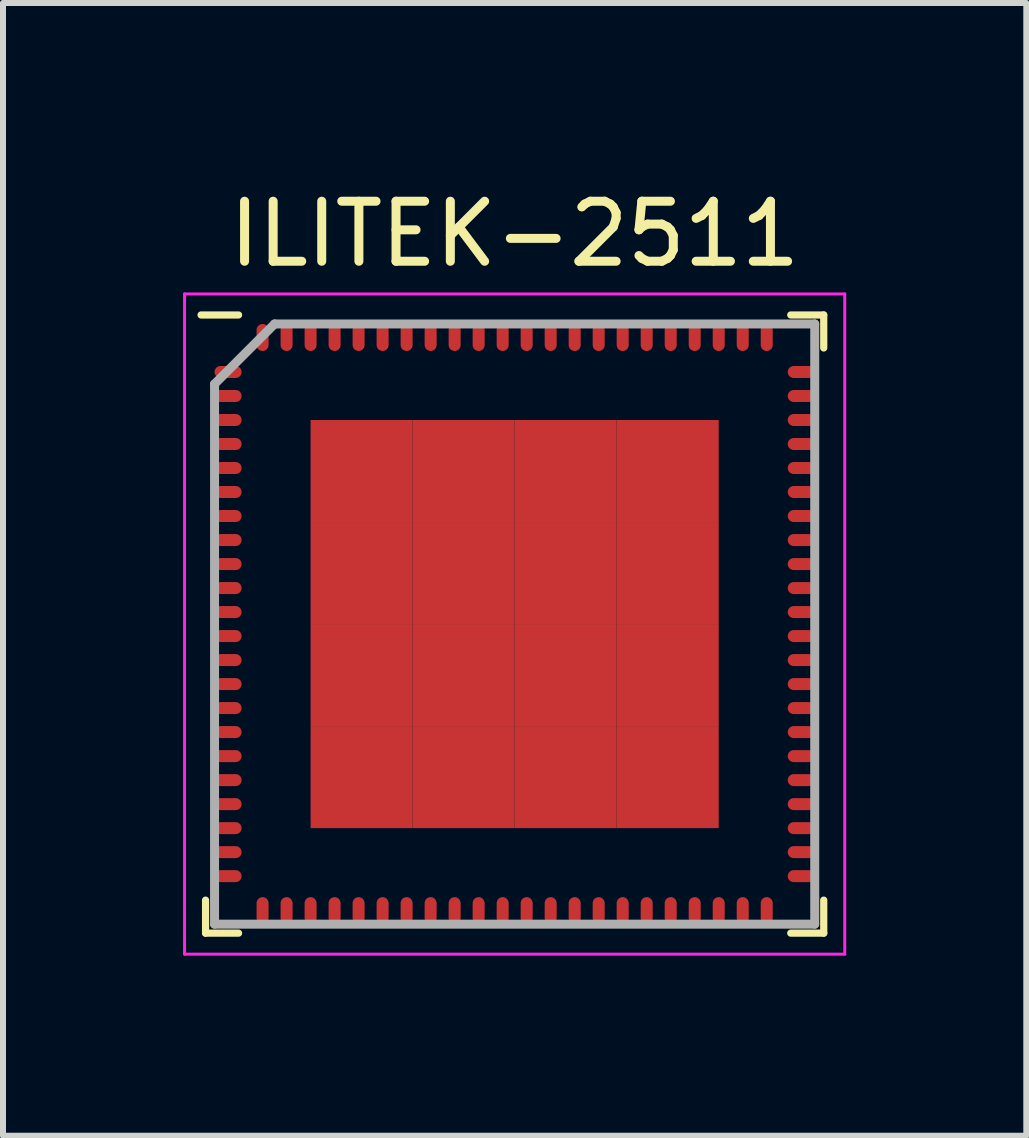
<source format=kicad_pcb>
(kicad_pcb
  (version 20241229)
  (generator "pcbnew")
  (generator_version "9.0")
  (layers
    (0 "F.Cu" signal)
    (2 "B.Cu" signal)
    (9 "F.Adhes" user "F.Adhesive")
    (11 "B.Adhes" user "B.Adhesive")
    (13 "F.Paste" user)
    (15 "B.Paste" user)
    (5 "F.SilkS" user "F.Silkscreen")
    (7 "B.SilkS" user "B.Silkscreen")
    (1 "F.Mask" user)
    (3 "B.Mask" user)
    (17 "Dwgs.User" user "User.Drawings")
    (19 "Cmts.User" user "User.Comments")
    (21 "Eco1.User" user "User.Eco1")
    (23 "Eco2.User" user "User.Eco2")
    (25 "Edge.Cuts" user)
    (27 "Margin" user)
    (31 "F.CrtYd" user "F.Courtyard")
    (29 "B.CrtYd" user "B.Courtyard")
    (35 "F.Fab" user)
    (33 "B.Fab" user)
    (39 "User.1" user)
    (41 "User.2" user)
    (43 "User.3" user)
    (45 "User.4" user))
  (footprint "ILITEK-2511"
    (layer "F.Cu")
    (at 5.525 7.348)
    (property "Reference" "ILITEK-2511" (at 0 -6.5 0) (layer "F.SilkS") (effects (font (size 1 1) (thickness 0.15))))
    (attr smd)
    (fp_line (start -5.15 5.15) (end -5.15 4.6) (stroke (width 0.12) (type solid)) (layer "F.SilkS"))
    (fp_line (start -4.6 -5.15) (end -5.225 -5.15) (stroke (width 0.12) (type solid)) (layer "F.SilkS"))
    (fp_line (start -4.6 5.15) (end -5.15 5.15) (stroke (width 0.12) (type solid)) (layer "F.SilkS"))
    (fp_line (start 4.6 -5.15) (end 5.15 -5.15) (stroke (width 0.12) (type solid)) (layer "F.SilkS"))
    (fp_line (start 4.6 5.15) (end 5.15 5.15) (stroke (width 0.12) (type solid)) (layer "F.SilkS"))
    (fp_line (start 5.15 -5.15) (end 5.15 -4.6) (stroke (width 0.12) (type solid)) (layer "F.SilkS"))
    (fp_line (start 5.15 5.15) (end 5.15 4.6) (stroke (width 0.12) (type solid)) (layer "F.SilkS"))
    (fp_line (start -5.5 -5.5) (end 5.5 -5.5) (stroke (width 0.05) (type solid)) (layer "F.CrtYd"))
    (fp_line (start -5.5 5.5) (end -5.5 -5.5) (stroke (width 0.05) (type solid)) (layer "F.CrtYd"))
    (fp_line (start 5.5 -5.5) (end 5.5 5.5) (stroke (width 0.05) (type solid)) (layer "F.CrtYd"))
    (fp_line (start 5.5 5.5) (end -5.5 5.5) (stroke (width 0.05) (type solid)) (layer "F.CrtYd"))
    (fp_line (start -5 -4) (end -5 5) (stroke (width 0.15) (type solid)) (layer "F.Fab"))
    (fp_line (start -5 5) (end 5 5) (stroke (width 0.15) (type solid)) (layer "F.Fab"))
    (fp_line (start -4 -5) (end -5 -4) (stroke (width 0.15) (type solid)) (layer "F.Fab"))
    (fp_line (start 5 -5) (end -4 -5) (stroke (width 0.15) (type solid)) (layer "F.Fab"))
    (fp_line (start 5 5) (end 5 -5) (stroke (width 0.15) (type solid)) (layer "F.Fab"))
    (pad "1" smd oval (at -4.775 -4.2 90) (size 0.2 0.45) (layers "F.Cu" "F.Mask" "F.Paste"))
    (pad "2" smd oval (at -4.775 -3.8 90) (size 0.2 0.45) (layers "F.Cu" "F.Mask" "F.Paste"))
    (pad "3" smd oval (at -4.775 -3.4 90) (size 0.2 0.45) (layers "F.Cu" "F.Mask" "F.Paste"))
    (pad "4" smd oval (at -4.775 -3 90) (size 0.2 0.45) (layers "F.Cu" "F.Mask" "F.Paste"))
    (pad "5" smd oval (at -4.775 -2.6 90) (size 0.2 0.45) (layers "F.Cu" "F.Mask" "F.Paste"))
    (pad "6" smd oval (at -4.775 -2.2 90) (size 0.2 0.45) (layers "F.Cu" "F.Mask" "F.Paste"))
    (pad "7" smd oval (at -4.775 -1.8 90) (size 0.2 0.45) (layers "F.Cu" "F.Mask" "F.Paste"))
    (pad "8" smd oval (at -4.775 -1.4 90) (size 0.2 0.45) (layers "F.Cu" "F.Mask" "F.Paste"))
    (pad "9" smd oval (at -4.775 -1 90) (size 0.2 0.45) (layers "F.Cu" "F.Mask" "F.Paste"))
    (pad "10" smd oval (at -4.775 -0.6 90) (size 0.2 0.45) (layers "F.Cu" "F.Mask" "F.Paste"))
    (pad "11" smd oval (at -4.775 -0.2 90) (size 0.2 0.45) (layers "F.Cu" "F.Mask" "F.Paste"))
    (pad "12" smd oval (at -4.775 0.2 90) (size 0.2 0.45) (layers "F.Cu" "F.Mask" "F.Paste"))
    (pad "13" smd oval (at -4.775 0.6 90) (size 0.2 0.45) (layers "F.Cu" "F.Mask" "F.Paste"))
    (pad "14" smd oval (at -4.775 1 90) (size 0.2 0.45) (layers "F.Cu" "F.Mask" "F.Paste"))
    (pad "15" smd oval (at -4.775 1.4 90) (size 0.2 0.45) (layers "F.Cu" "F.Mask" "F.Paste"))
    (pad "16" smd oval (at -4.775 1.8 90) (size 0.2 0.45) (layers "F.Cu" "F.Mask" "F.Paste"))
    (pad "17" smd oval (at -4.775 2.2 90) (size 0.2 0.45) (layers "F.Cu" "F.Mask" "F.Paste"))
    (pad "18" smd oval (at -4.775 2.6 90) (size 0.2 0.45) (layers "F.Cu" "F.Mask" "F.Paste"))
    (pad "19" smd oval (at -4.775 3 90) (size 0.2 0.45) (layers "F.Cu" "F.Mask" "F.Paste"))
    (pad "20" smd oval (at -4.775 3.4 90) (size 0.2 0.45) (layers "F.Cu" "F.Mask" "F.Paste"))
    (pad "21" smd oval (at -4.775 3.8 90) (size 0.2 0.45) (layers "F.Cu" "F.Mask" "F.Paste"))
    (pad "22" smd oval (at -4.775 4.2 90) (size 0.2 0.45) (layers "F.Cu" "F.Mask" "F.Paste"))
    (pad "23" smd oval (at -4.2 4.775) (size 0.2 0.45) (layers "F.Cu" "F.Mask" "F.Paste"))
    (pad "24" smd oval (at -3.8 4.775) (size 0.2 0.45) (layers "F.Cu" "F.Mask" "F.Paste"))
    (pad "25" smd oval (at -3.4 4.775) (size 0.2 0.45) (layers "F.Cu" "F.Mask" "F.Paste"))
    (pad "26" smd oval (at -3 4.775) (size 0.2 0.45) (layers "F.Cu" "F.Mask" "F.Paste"))
    (pad "27" smd oval (at -2.6 4.775) (size 0.2 0.45) (layers "F.Cu" "F.Mask" "F.Paste"))
    (pad "28" smd oval (at -2.2 4.775) (size 0.2 0.45) (layers "F.Cu" "F.Mask" "F.Paste"))
    (pad "29" smd oval (at -1.8 4.775) (size 0.2 0.45) (layers "F.Cu" "F.Mask" "F.Paste"))
    (pad "30" smd oval (at -1.4 4.775) (size 0.2 0.45) (layers "F.Cu" "F.Mask" "F.Paste"))
    (pad "31" smd oval (at -1 4.775) (size 0.2 0.45) (layers "F.Cu" "F.Mask" "F.Paste"))
    (pad "32" smd oval (at -0.6 4.775) (size 0.2 0.45) (layers "F.Cu" "F.Mask" "F.Paste"))
    (pad "33" smd oval (at -0.2 4.775) (size 0.2 0.45) (layers "F.Cu" "F.Mask" "F.Paste"))
    (pad "34" smd oval (at 0.2 4.775) (size 0.2 0.45) (layers "F.Cu" "F.Mask" "F.Paste"))
    (pad "35" smd oval (at 0.6 4.775) (size 0.2 0.45) (layers "F.Cu" "F.Mask" "F.Paste"))
    (pad "36" smd oval (at 1 4.775) (size 0.2 0.45) (layers "F.Cu" "F.Mask" "F.Paste"))
    (pad "37" smd oval (at 1.4 4.775) (size 0.2 0.45) (layers "F.Cu" "F.Mask" "F.Paste"))
    (pad "38" smd oval (at 1.8 4.775) (size 0.2 0.45) (layers "F.Cu" "F.Mask" "F.Paste"))
    (pad "39" smd oval (at 2.2 4.775) (size 0.2 0.45) (layers "F.Cu" "F.Mask" "F.Paste"))
    (pad "40" smd oval (at 2.6 4.775) (size 0.2 0.45) (layers "F.Cu" "F.Mask" "F.Paste"))
    (pad "41" smd oval (at 3 4.775) (size 0.2 0.45) (layers "F.Cu" "F.Mask" "F.Paste"))
    (pad "42" smd oval (at 3.4 4.775) (size 0.2 0.45) (layers "F.Cu" "F.Mask" "F.Paste"))
    (pad "43" smd oval (at 3.8 4.775) (size 0.2 0.45) (layers "F.Cu" "F.Mask" "F.Paste"))
    (pad "44" smd oval (at 4.2 4.775) (size 0.2 0.45) (layers "F.Cu" "F.Mask" "F.Paste"))
    (pad "45" smd oval (at 4.775 4.2 90) (size 0.2 0.45) (layers "F.Cu" "F.Mask" "F.Paste"))
    (pad "46" smd oval (at 4.775 3.8 90) (size 0.2 0.45) (layers "F.Cu" "F.Mask" "F.Paste"))
    (pad "47" smd oval (at 4.775 3.4 90) (size 0.2 0.45) (layers "F.Cu" "F.Mask" "F.Paste"))
    (pad "48" smd oval (at 4.775 3 90) (size 0.2 0.45) (layers "F.Cu" "F.Mask" "F.Paste"))
    (pad "49" smd oval (at 4.775 2.6 90) (size 0.2 0.45) (layers "F.Cu" "F.Mask" "F.Paste"))
    (pad "50" smd oval (at 4.775 2.2 90) (size 0.2 0.45) (layers "F.Cu" "F.Mask" "F.Paste"))
    (pad "51" smd oval (at 4.775 1.8 90) (size 0.2 0.45) (layers "F.Cu" "F.Mask" "F.Paste"))
    (pad "52" smd oval (at 4.775 1.4 90) (size 0.2 0.45) (layers "F.Cu" "F.Mask" "F.Paste"))
    (pad "53" smd oval (at 4.775 1 90) (size 0.2 0.45) (layers "F.Cu" "F.Mask" "F.Paste"))
    (pad "54" smd oval (at 4.775 0.6 90) (size 0.2 0.45) (layers "F.Cu" "F.Mask" "F.Paste"))
    (pad "55" smd oval (at 4.775 0.2 90) (size 0.2 0.45) (layers "F.Cu" "F.Mask" "F.Paste"))
    (pad "56" smd oval (at 4.775 -0.2 90) (size 0.2 0.45) (layers "F.Cu" "F.Mask" "F.Paste"))
    (pad "57" smd oval (at 4.775 -0.6 90) (size 0.2 0.45) (layers "F.Cu" "F.Mask" "F.Paste"))
    (pad "58" smd oval (at 4.775 -1 90) (size 0.2 0.45) (layers "F.Cu" "F.Mask" "F.Paste"))
    (pad "59" smd oval (at 4.775 -1.4 90) (size 0.2 0.45) (layers "F.Cu" "F.Mask" "F.Paste"))
    (pad "60" smd oval (at 4.775 -1.8 90) (size 0.2 0.45) (layers "F.Cu" "F.Mask" "F.Paste"))
    (pad "61" smd oval (at 4.775 -2.2 90) (size 0.2 0.45) (layers "F.Cu" "F.Mask" "F.Paste"))
    (pad "62" smd oval (at 4.775 -2.6 90) (size 0.2 0.45) (layers "F.Cu" "F.Mask" "F.Paste"))
    (pad "63" smd oval (at 4.775 -3 90) (size 0.2 0.45) (layers "F.Cu" "F.Mask" "F.Paste"))
    (pad "64" smd oval (at 4.775 -3.4 90) (size 0.2 0.45) (layers "F.Cu" "F.Mask" "F.Paste"))
    (pad "65" smd oval (at 4.775 -3.8 90) (size 0.2 0.45) (layers "F.Cu" "F.Mask" "F.Paste"))
    (pad "66" smd oval (at 4.775 -4.2 90) (size 0.2 0.45) (layers "F.Cu" "F.Mask" "F.Paste"))
    (pad "67" smd oval (at 4.2 -4.775) (size 0.2 0.45) (layers "F.Cu" "F.Mask" "F.Paste"))
    (pad "68" smd oval (at 3.8 -4.775) (size 0.2 0.45) (layers "F.Cu" "F.Mask" "F.Paste"))
    (pad "69" smd oval (at 3.4 -4.775) (size 0.2 0.45) (layers "F.Cu" "F.Mask" "F.Paste"))
    (pad "70" smd oval (at 3 -4.775) (size 0.2 0.45) (layers "F.Cu" "F.Mask" "F.Paste"))
    (pad "71" smd oval (at 2.6 -4.775) (size 0.2 0.45) (layers "F.Cu" "F.Mask" "F.Paste"))
    (pad "72" smd oval (at 2.2 -4.775) (size 0.2 0.45) (layers "F.Cu" "F.Mask" "F.Paste"))
    (pad "73" smd oval (at 1.8 -4.775) (size 0.2 0.45) (layers "F.Cu" "F.Mask" "F.Paste"))
    (pad "74" smd oval (at 1.4 -4.775) (size 0.2 0.45) (layers "F.Cu" "F.Mask" "F.Paste"))
    (pad "75" smd oval (at 1 -4.775) (size 0.2 0.45) (layers "F.Cu" "F.Mask" "F.Paste"))
    (pad "76" smd oval (at 0.6 -4.775) (size 0.2 0.45) (layers "F.Cu" "F.Mask" "F.Paste"))
    (pad "77" smd oval (at 0.2 -4.775) (size 0.2 0.45) (layers "F.Cu" "F.Mask" "F.Paste"))
    (pad "78" smd oval (at -0.2 -4.775) (size 0.2 0.45) (layers "F.Cu" "F.Mask" "F.Paste"))
    (pad "79" smd oval (at -0.6 -4.775) (size 0.2 0.45) (layers "F.Cu" "F.Mask" "F.Paste"))
    (pad "80" smd oval (at -1 -4.775) (size 0.2 0.45) (layers "F.Cu" "F.Mask" "F.Paste"))
    (pad "81" smd oval (at -1.4 -4.775) (size 0.2 0.45) (layers "F.Cu" "F.Mask" "F.Paste"))
    (pad "82" smd oval (at -1.8 -4.775) (size 0.2 0.45) (layers "F.Cu" "F.Mask" "F.Paste"))
    (pad "83" smd oval (at -2.2 -4.775) (size 0.2 0.45) (layers "F.Cu" "F.Mask" "F.Paste"))
    (pad "84" smd oval (at -2.6 -4.775) (size 0.2 0.45) (layers "F.Cu" "F.Mask" "F.Paste"))
    (pad "85" smd oval (at -3 -4.775) (size 0.2 0.45) (layers "F.Cu" "F.Mask" "F.Paste"))
    (pad "86" smd oval (at -3.4 -4.775) (size 0.2 0.45) (layers "F.Cu" "F.Mask" "F.Paste"))
    (pad "87" smd oval (at -3.8 -4.775) (size 0.2 0.45) (layers "F.Cu" "F.Mask" "F.Paste"))
    (pad "88" smd oval (at -4.2 -4.775) (size 0.2 0.45) (layers "F.Cu" "F.Mask" "F.Paste"))
    (pad "89" smd rect (at -2.55 -2.55) (size 1.7 1.7) (layers "F.Cu" "F.Mask" "F.Paste"))
    (pad "89" smd rect (at -2.55 -0.85) (size 1.7 1.7) (layers "F.Cu" "F.Mask" "F.Paste"))
    (pad "89" smd rect (at -2.55 0.85) (size 1.7 1.7) (layers "F.Cu" "F.Mask" "F.Paste"))
    (pad "89" smd rect (at -2.55 2.55) (size 1.7 1.7) (layers "F.Cu" "F.Mask" "F.Paste"))
    (pad "89" smd rect (at -0.85 -2.55) (size 1.7 1.7) (layers "F.Cu" "F.Mask" "F.Paste"))
    (pad "89" smd rect (at -0.85 -0.85) (size 1.7 1.7) (layers "F.Cu" "F.Mask" "F.Paste"))
    (pad "89" smd rect (at -0.85 0.85) (size 1.7 1.7) (layers "F.Cu" "F.Mask" "F.Paste"))
    (pad "89" smd rect (at -0.85 2.55) (size 1.7 1.7) (layers "F.Cu" "F.Mask" "F.Paste"))
    (pad "89" smd rect (at 0.85 -2.55) (size 1.7 1.7) (layers "F.Cu" "F.Mask" "F.Paste"))
    (pad "89" smd rect (at 0.85 -0.85) (size 1.7 1.7) (layers "F.Cu" "F.Mask" "F.Paste"))
    (pad "89" smd rect (at 0.85 0.85) (size 1.7 1.7) (layers "F.Cu" "F.Mask" "F.Paste"))
    (pad "89" smd rect (at 0.85 2.55) (size 1.7 1.7) (layers "F.Cu" "F.Mask" "F.Paste"))
    (pad "89" smd rect (at 2.55 -2.55) (size 1.7 1.7) (layers "F.Cu" "F.Mask" "F.Paste"))
    (pad "89" smd rect (at 2.55 -0.85) (size 1.7 1.7) (layers "F.Cu" "F.Mask" "F.Paste"))
    (pad "89" smd rect (at 2.55 0.85) (size 1.7 1.7) (layers "F.Cu" "F.Mask" "F.Paste"))
    (pad "89" smd rect (at 2.55 2.55) (size 1.7 1.7) (layers "F.Cu" "F.Mask" "F.Paste")))
  (gr_rect
    (start -3 -3)
    (end 14.05 15.873)
    (stroke (width 0.1) (type default))
    (fill no)
    (layer "Edge.Cuts")))
</source>
